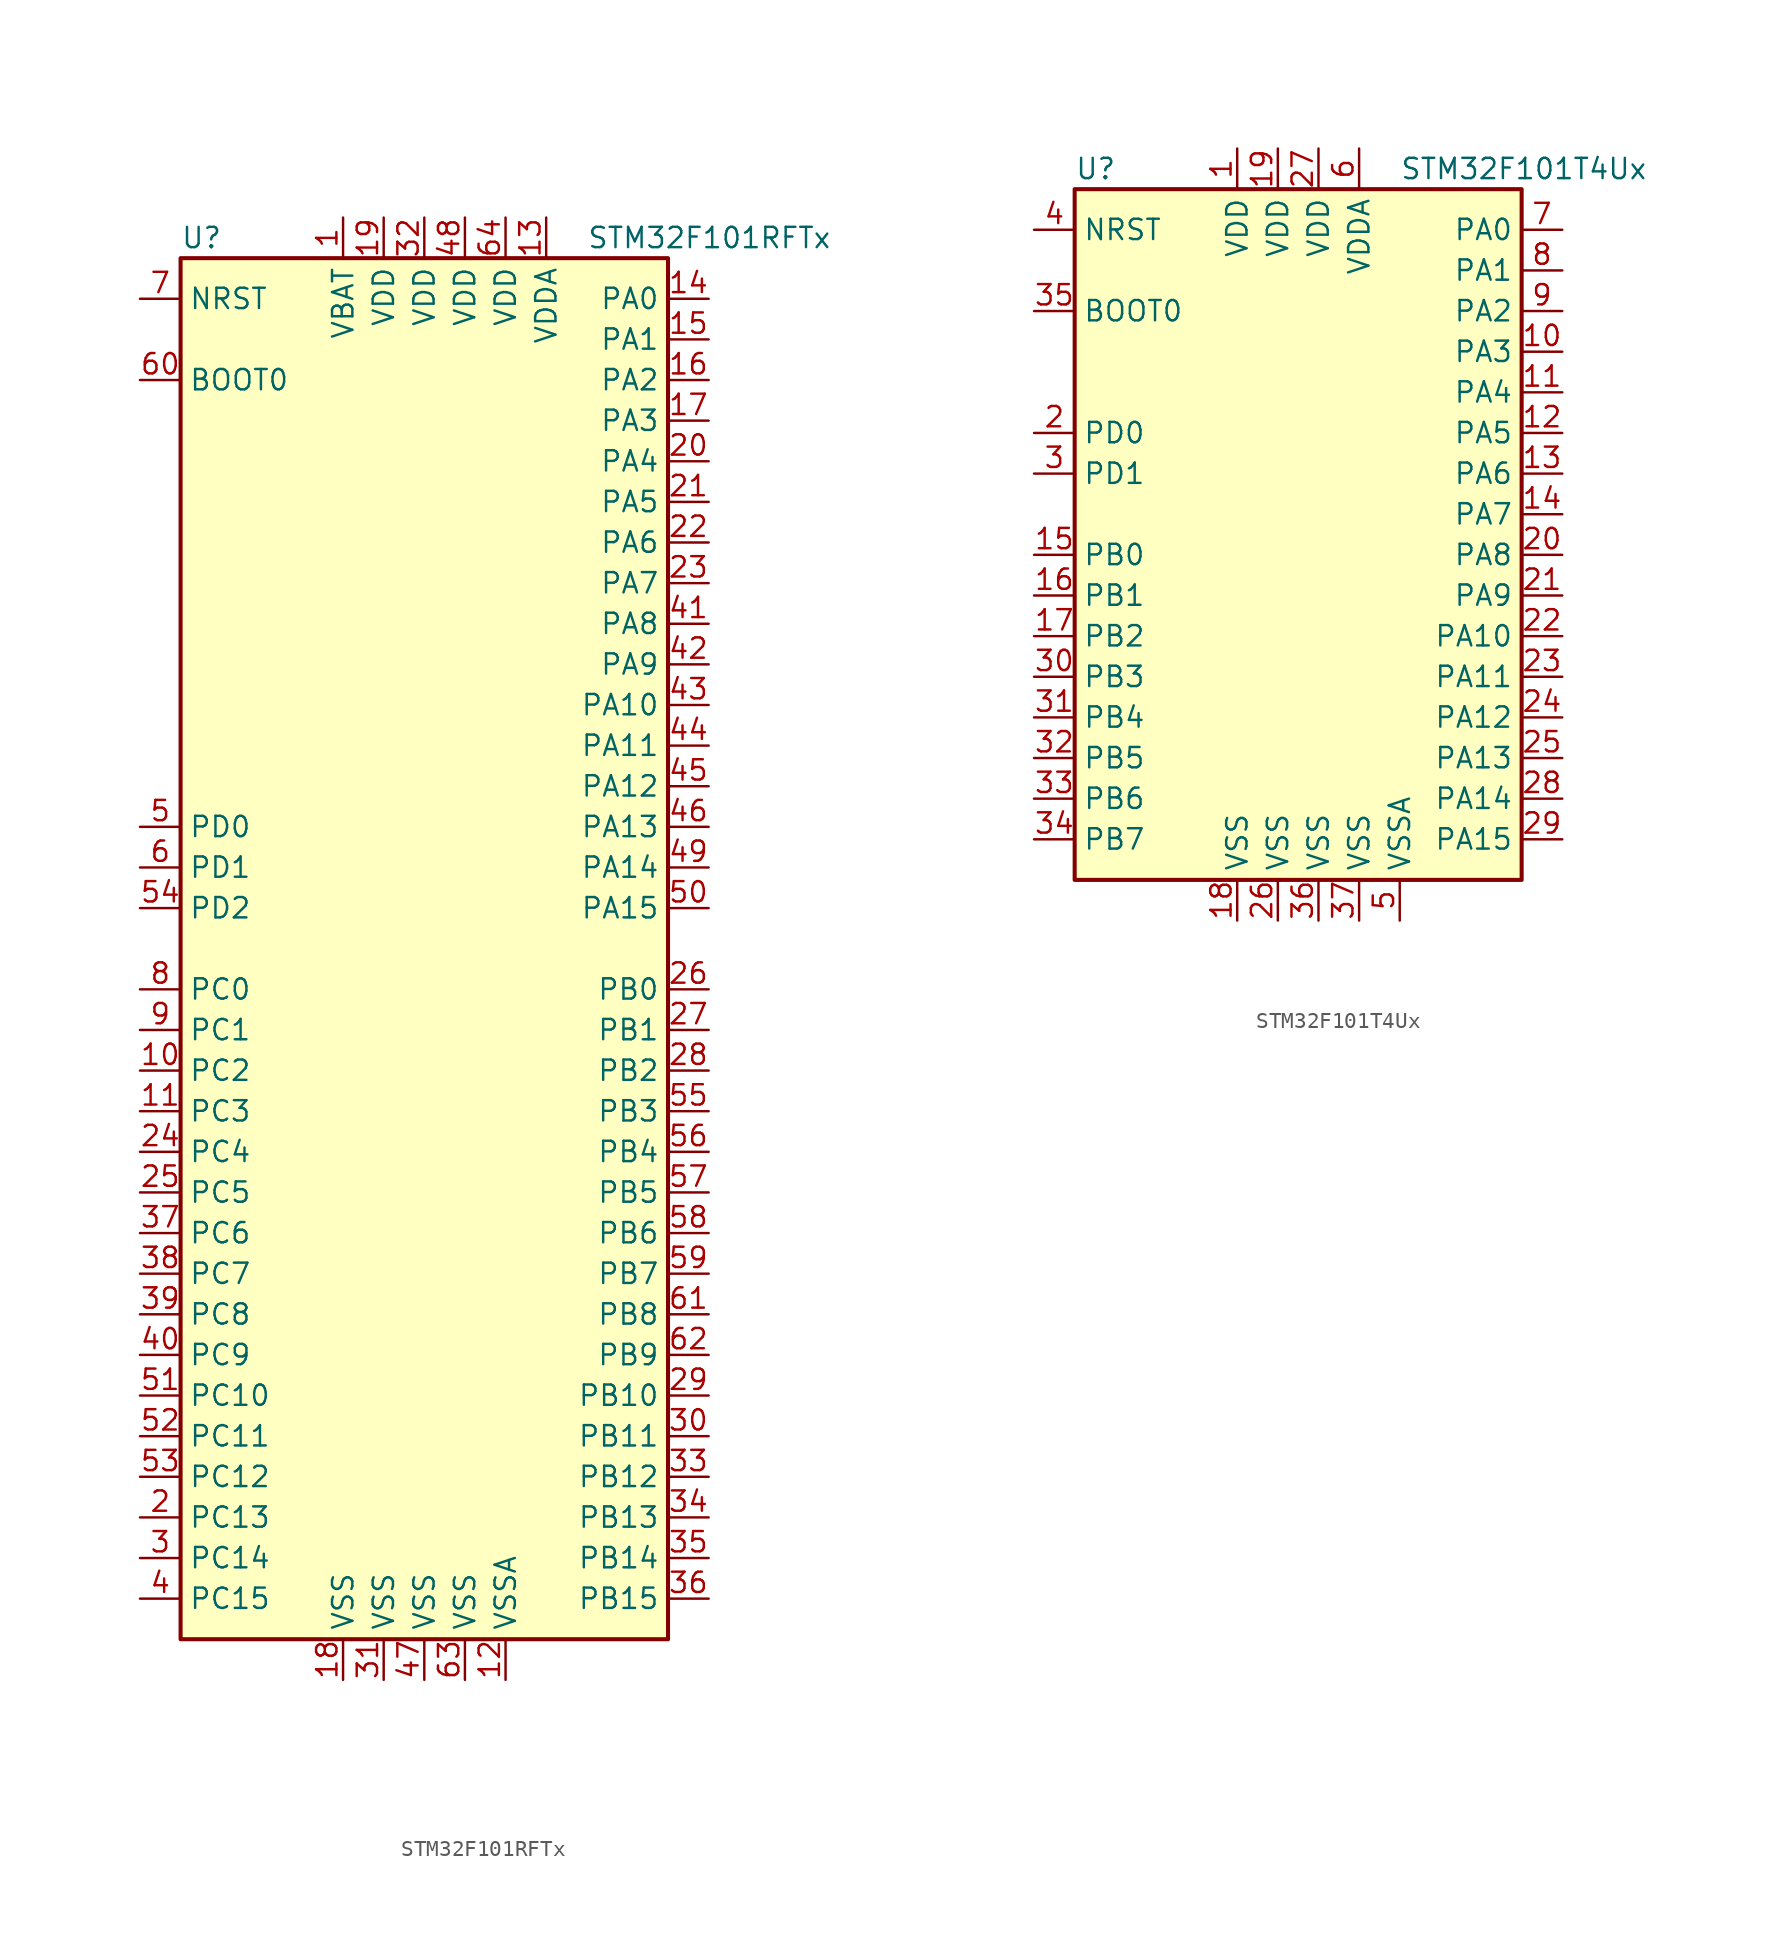
<source format=kicad_sym>
(kicad_symbol_lib
  (version 20201005)
  (generator kicad_symbol_editor)
  (symbol "MCU_ST_STM32F1:STM32F101RFTx"
    (property "Reference" "U"
      (at -15.24 44.45 0)
      (effects (font (size 1.27 1.27)) (justify left)))
    (property "Value" "STM32F101RFTx"
      (at 10.16 44.45 0)
      (effects (font (size 1.27 1.27)) (justify left)))
    (symbol "STM32F101RFTx_0_1"
      (rectangle (start -15.24 -43.18) (end 15.24 43.18) (stroke (width 0.254)) (fill (type background))))
    (symbol "STM32F101RFTx_1_1"
      (pin input line (at -17.78 35.56 0) (length 2.54) (name "BOOT0" (effects (font (size 1.27 1.27)))) (number "60" (effects (font (size 1.27 1.27)))))
      (pin input line (at -17.78 40.64 0) (length 2.54) (name "NRST" (effects (font (size 1.27 1.27)))) (number "7" (effects (font (size 1.27 1.27)))))
      (pin bidirectional line (at 17.78 40.64 180) (length 2.54) (name "PA0" (effects (font (size 1.27 1.27)))) (number "14" (effects (font (size 1.27 1.27)))))
      (pin bidirectional line (at 17.78 38.1 180) (length 2.54) (name "PA1" (effects (font (size 1.27 1.27)))) (number "15" (effects (font (size 1.27 1.27)))))
      (pin bidirectional line (at 17.78 15.24 180) (length 2.54) (name "PA10" (effects (font (size 1.27 1.27)))) (number "43" (effects (font (size 1.27 1.27)))))
      (pin bidirectional line (at 17.78 12.7 180) (length 2.54) (name "PA11" (effects (font (size 1.27 1.27)))) (number "44" (effects (font (size 1.27 1.27)))))
      (pin bidirectional line (at 17.78 10.16 180) (length 2.54) (name "PA12" (effects (font (size 1.27 1.27)))) (number "45" (effects (font (size 1.27 1.27)))))
      (pin bidirectional line (at 17.78 7.62 180) (length 2.54) (name "PA13" (effects (font (size 1.27 1.27)))) (number "46" (effects (font (size 1.27 1.27)))))
      (pin bidirectional line (at 17.78 5.08 180) (length 2.54) (name "PA14" (effects (font (size 1.27 1.27)))) (number "49" (effects (font (size 1.27 1.27)))))
      (pin bidirectional line (at 17.78 2.54 180) (length 2.54) (name "PA15" (effects (font (size 1.27 1.27)))) (number "50" (effects (font (size 1.27 1.27)))))
      (pin bidirectional line (at 17.78 35.56 180) (length 2.54) (name "PA2" (effects (font (size 1.27 1.27)))) (number "16" (effects (font (size 1.27 1.27)))))
      (pin bidirectional line (at 17.78 33.02 180) (length 2.54) (name "PA3" (effects (font (size 1.27 1.27)))) (number "17" (effects (font (size 1.27 1.27)))))
      (pin bidirectional line (at 17.78 30.48 180) (length 2.54) (name "PA4" (effects (font (size 1.27 1.27)))) (number "20" (effects (font (size 1.27 1.27)))))
      (pin bidirectional line (at 17.78 27.94 180) (length 2.54) (name "PA5" (effects (font (size 1.27 1.27)))) (number "21" (effects (font (size 1.27 1.27)))))
      (pin bidirectional line (at 17.78 25.4 180) (length 2.54) (name "PA6" (effects (font (size 1.27 1.27)))) (number "22" (effects (font (size 1.27 1.27)))))
      (pin bidirectional line (at 17.78 22.86 180) (length 2.54) (name "PA7" (effects (font (size 1.27 1.27)))) (number "23" (effects (font (size 1.27 1.27)))))
      (pin bidirectional line (at 17.78 20.32 180) (length 2.54) (name "PA8" (effects (font (size 1.27 1.27)))) (number "41" (effects (font (size 1.27 1.27)))))
      (pin bidirectional line (at 17.78 17.78 180) (length 2.54) (name "PA9" (effects (font (size 1.27 1.27)))) (number "42" (effects (font (size 1.27 1.27)))))
      (pin bidirectional line (at 17.78 -2.54 180) (length 2.54) (name "PB0" (effects (font (size 1.27 1.27)))) (number "26" (effects (font (size 1.27 1.27)))))
      (pin bidirectional line (at 17.78 -5.08 180) (length 2.54) (name "PB1" (effects (font (size 1.27 1.27)))) (number "27" (effects (font (size 1.27 1.27)))))
      (pin bidirectional line (at 17.78 -27.94 180) (length 2.54) (name "PB10" (effects (font (size 1.27 1.27)))) (number "29" (effects (font (size 1.27 1.27)))))
      (pin bidirectional line (at 17.78 -30.48 180) (length 2.54) (name "PB11" (effects (font (size 1.27 1.27)))) (number "30" (effects (font (size 1.27 1.27)))))
      (pin bidirectional line (at 17.78 -33.02 180) (length 2.54) (name "PB12" (effects (font (size 1.27 1.27)))) (number "33" (effects (font (size 1.27 1.27)))))
      (pin bidirectional line (at 17.78 -35.56 180) (length 2.54) (name "PB13" (effects (font (size 1.27 1.27)))) (number "34" (effects (font (size 1.27 1.27)))))
      (pin bidirectional line (at 17.78 -38.1 180) (length 2.54) (name "PB14" (effects (font (size 1.27 1.27)))) (number "35" (effects (font (size 1.27 1.27)))))
      (pin bidirectional line (at 17.78 -40.64 180) (length 2.54) (name "PB15" (effects (font (size 1.27 1.27)))) (number "36" (effects (font (size 1.27 1.27)))))
      (pin bidirectional line (at 17.78 -7.62 180) (length 2.54) (name "PB2" (effects (font (size 1.27 1.27)))) (number "28" (effects (font (size 1.27 1.27)))))
      (pin bidirectional line (at 17.78 -10.16 180) (length 2.54) (name "PB3" (effects (font (size 1.27 1.27)))) (number "55" (effects (font (size 1.27 1.27)))))
      (pin bidirectional line (at 17.78 -12.7 180) (length 2.54) (name "PB4" (effects (font (size 1.27 1.27)))) (number "56" (effects (font (size 1.27 1.27)))))
      (pin bidirectional line (at 17.78 -15.24 180) (length 2.54) (name "PB5" (effects (font (size 1.27 1.27)))) (number "57" (effects (font (size 1.27 1.27)))))
      (pin bidirectional line (at 17.78 -17.78 180) (length 2.54) (name "PB6" (effects (font (size 1.27 1.27)))) (number "58" (effects (font (size 1.27 1.27)))))
      (pin bidirectional line (at 17.78 -20.32 180) (length 2.54) (name "PB7" (effects (font (size 1.27 1.27)))) (number "59" (effects (font (size 1.27 1.27)))))
      (pin bidirectional line (at 17.78 -22.86 180) (length 2.54) (name "PB8" (effects (font (size 1.27 1.27)))) (number "61" (effects (font (size 1.27 1.27)))))
      (pin bidirectional line (at 17.78 -25.4 180) (length 2.54) (name "PB9" (effects (font (size 1.27 1.27)))) (number "62" (effects (font (size 1.27 1.27)))))
      (pin bidirectional line (at -17.78 -2.54 0) (length 2.54) (name "PC0" (effects (font (size 1.27 1.27)))) (number "8" (effects (font (size 1.27 1.27)))))
      (pin bidirectional line (at -17.78 -5.08 0) (length 2.54) (name "PC1" (effects (font (size 1.27 1.27)))) (number "9" (effects (font (size 1.27 1.27)))))
      (pin bidirectional line (at -17.78 -27.94 0) (length 2.54) (name "PC10" (effects (font (size 1.27 1.27)))) (number "51" (effects (font (size 1.27 1.27)))))
      (pin bidirectional line (at -17.78 -30.48 0) (length 2.54) (name "PC11" (effects (font (size 1.27 1.27)))) (number "52" (effects (font (size 1.27 1.27)))))
      (pin bidirectional line (at -17.78 -33.02 0) (length 2.54) (name "PC12" (effects (font (size 1.27 1.27)))) (number "53" (effects (font (size 1.27 1.27)))))
      (pin bidirectional line (at -17.78 -35.56 0) (length 2.54) (name "PC13" (effects (font (size 1.27 1.27)))) (number "2" (effects (font (size 1.27 1.27)))))
      (pin bidirectional line (at -17.78 -38.1 0) (length 2.54) (name "PC14" (effects (font (size 1.27 1.27)))) (number "3" (effects (font (size 1.27 1.27)))))
      (pin bidirectional line (at -17.78 -40.64 0) (length 2.54) (name "PC15" (effects (font (size 1.27 1.27)))) (number "4" (effects (font (size 1.27 1.27)))))
      (pin bidirectional line (at -17.78 -7.62 0) (length 2.54) (name "PC2" (effects (font (size 1.27 1.27)))) (number "10" (effects (font (size 1.27 1.27)))))
      (pin bidirectional line (at -17.78 -10.16 0) (length 2.54) (name "PC3" (effects (font (size 1.27 1.27)))) (number "11" (effects (font (size 1.27 1.27)))))
      (pin bidirectional line (at -17.78 -12.7 0) (length 2.54) (name "PC4" (effects (font (size 1.27 1.27)))) (number "24" (effects (font (size 1.27 1.27)))))
      (pin bidirectional line (at -17.78 -15.24 0) (length 2.54) (name "PC5" (effects (font (size 1.27 1.27)))) (number "25" (effects (font (size 1.27 1.27)))))
      (pin bidirectional line (at -17.78 -17.78 0) (length 2.54) (name "PC6" (effects (font (size 1.27 1.27)))) (number "37" (effects (font (size 1.27 1.27)))))
      (pin bidirectional line (at -17.78 -20.32 0) (length 2.54) (name "PC7" (effects (font (size 1.27 1.27)))) (number "38" (effects (font (size 1.27 1.27)))))
      (pin bidirectional line (at -17.78 -22.86 0) (length 2.54) (name "PC8" (effects (font (size 1.27 1.27)))) (number "39" (effects (font (size 1.27 1.27)))))
      (pin bidirectional line (at -17.78 -25.4 0) (length 2.54) (name "PC9" (effects (font (size 1.27 1.27)))) (number "40" (effects (font (size 1.27 1.27)))))
      (pin input line (at -17.78 7.62 0) (length 2.54) (name "PD0" (effects (font (size 1.27 1.27)))) (number "5" (effects (font (size 1.27 1.27)))))
      (pin input line (at -17.78 5.08 0) (length 2.54) (name "PD1" (effects (font (size 1.27 1.27)))) (number "6" (effects (font (size 1.27 1.27)))))
      (pin bidirectional line (at -17.78 2.54 0) (length 2.54) (name "PD2" (effects (font (size 1.27 1.27)))) (number "54" (effects (font (size 1.27 1.27)))))
      (pin power_in line (at -5.08 45.72 270) (length 2.54) (name "VBAT" (effects (font (size 1.27 1.27)))) (number "1" (effects (font (size 1.27 1.27)))))
      (pin power_in line (at -2.54 45.72 270) (length 2.54) (name "VDD" (effects (font (size 1.27 1.27)))) (number "19" (effects (font (size 1.27 1.27)))))
      (pin power_in line (at 0 45.72 270) (length 2.54) (name "VDD" (effects (font (size 1.27 1.27)))) (number "32" (effects (font (size 1.27 1.27)))))
      (pin power_in line (at 2.54 45.72 270) (length 2.54) (name "VDD" (effects (font (size 1.27 1.27)))) (number "48" (effects (font (size 1.27 1.27)))))
      (pin power_in line (at 5.08 45.72 270) (length 2.54) (name "VDD" (effects (font (size 1.27 1.27)))) (number "64" (effects (font (size 1.27 1.27)))))
      (pin power_in line (at 7.62 45.72 270) (length 2.54) (name "VDDA" (effects (font (size 1.27 1.27)))) (number "13" (effects (font (size 1.27 1.27)))))
      (pin power_in line (at -5.08 -45.72 90) (length 2.54) (name "VSS" (effects (font (size 1.27 1.27)))) (number "18" (effects (font (size 1.27 1.27)))))
      (pin power_in line (at -2.54 -45.72 90) (length 2.54) (name "VSS" (effects (font (size 1.27 1.27)))) (number "31" (effects (font (size 1.27 1.27)))))
      (pin power_in line (at 0 -45.72 90) (length 2.54) (name "VSS" (effects (font (size 1.27 1.27)))) (number "47" (effects (font (size 1.27 1.27)))))
      (pin power_in line (at 2.54 -45.72 90) (length 2.54) (name "VSS" (effects (font (size 1.27 1.27)))) (number "63" (effects (font (size 1.27 1.27)))))
      (pin power_in line (at 5.08 -45.72 90) (length 2.54) (name "VSSA" (effects (font (size 1.27 1.27)))) (number "12" (effects (font (size 1.27 1.27)))))))
  (symbol "MCU_ST_STM32F1:STM32F101T4Ux"
    (property "Reference" "U"
      (at -15.24 21.59 0)
      (effects (font (size 1.27 1.27)) (justify left)))
    (property "Value" "STM32F101T4Ux"
      (at 5.08 21.59 0)
      (effects (font (size 1.27 1.27)) (justify left)))
    (symbol "STM32F101T4Ux_0_1"
      (rectangle (start -15.24 -22.86) (end 12.7 20.32) (stroke (width 0.254)) (fill (type background))))
    (symbol "STM32F101T4Ux_1_1"
      (pin input line (at -17.78 12.7 0) (length 2.54) (name "BOOT0" (effects (font (size 1.27 1.27)))) (number "35" (effects (font (size 1.27 1.27)))))
      (pin input line (at -17.78 17.78 0) (length 2.54) (name "NRST" (effects (font (size 1.27 1.27)))) (number "4" (effects (font (size 1.27 1.27)))))
      (pin bidirectional line (at 15.24 17.78 180) (length 2.54) (name "PA0" (effects (font (size 1.27 1.27)))) (number "7" (effects (font (size 1.27 1.27)))))
      (pin bidirectional line (at 15.24 15.24 180) (length 2.54) (name "PA1" (effects (font (size 1.27 1.27)))) (number "8" (effects (font (size 1.27 1.27)))))
      (pin bidirectional line (at 15.24 -7.62 180) (length 2.54) (name "PA10" (effects (font (size 1.27 1.27)))) (number "22" (effects (font (size 1.27 1.27)))))
      (pin bidirectional line (at 15.24 -10.16 180) (length 2.54) (name "PA11" (effects (font (size 1.27 1.27)))) (number "23" (effects (font (size 1.27 1.27)))))
      (pin bidirectional line (at 15.24 -12.7 180) (length 2.54) (name "PA12" (effects (font (size 1.27 1.27)))) (number "24" (effects (font (size 1.27 1.27)))))
      (pin bidirectional line (at 15.24 -15.24 180) (length 2.54) (name "PA13" (effects (font (size 1.27 1.27)))) (number "25" (effects (font (size 1.27 1.27)))))
      (pin bidirectional line (at 15.24 -17.78 180) (length 2.54) (name "PA14" (effects (font (size 1.27 1.27)))) (number "28" (effects (font (size 1.27 1.27)))))
      (pin bidirectional line (at 15.24 -20.32 180) (length 2.54) (name "PA15" (effects (font (size 1.27 1.27)))) (number "29" (effects (font (size 1.27 1.27)))))
      (pin bidirectional line (at 15.24 12.7 180) (length 2.54) (name "PA2" (effects (font (size 1.27 1.27)))) (number "9" (effects (font (size 1.27 1.27)))))
      (pin bidirectional line (at 15.24 10.16 180) (length 2.54) (name "PA3" (effects (font (size 1.27 1.27)))) (number "10" (effects (font (size 1.27 1.27)))))
      (pin bidirectional line (at 15.24 7.62 180) (length 2.54) (name "PA4" (effects (font (size 1.27 1.27)))) (number "11" (effects (font (size 1.27 1.27)))))
      (pin bidirectional line (at 15.24 5.08 180) (length 2.54) (name "PA5" (effects (font (size 1.27 1.27)))) (number "12" (effects (font (size 1.27 1.27)))))
      (pin bidirectional line (at 15.24 2.54 180) (length 2.54) (name "PA6" (effects (font (size 1.27 1.27)))) (number "13" (effects (font (size 1.27 1.27)))))
      (pin bidirectional line (at 15.24 0 180) (length 2.54) (name "PA7" (effects (font (size 1.27 1.27)))) (number "14" (effects (font (size 1.27 1.27)))))
      (pin bidirectional line (at 15.24 -2.54 180) (length 2.54) (name "PA8" (effects (font (size 1.27 1.27)))) (number "20" (effects (font (size 1.27 1.27)))))
      (pin bidirectional line (at 15.24 -5.08 180) (length 2.54) (name "PA9" (effects (font (size 1.27 1.27)))) (number "21" (effects (font (size 1.27 1.27)))))
      (pin bidirectional line (at -17.78 -2.54 0) (length 2.54) (name "PB0" (effects (font (size 1.27 1.27)))) (number "15" (effects (font (size 1.27 1.27)))))
      (pin bidirectional line (at -17.78 -5.08 0) (length 2.54) (name "PB1" (effects (font (size 1.27 1.27)))) (number "16" (effects (font (size 1.27 1.27)))))
      (pin bidirectional line (at -17.78 -7.62 0) (length 2.54) (name "PB2" (effects (font (size 1.27 1.27)))) (number "17" (effects (font (size 1.27 1.27)))))
      (pin bidirectional line (at -17.78 -10.16 0) (length 2.54) (name "PB3" (effects (font (size 1.27 1.27)))) (number "30" (effects (font (size 1.27 1.27)))))
      (pin bidirectional line (at -17.78 -12.7 0) (length 2.54) (name "PB4" (effects (font (size 1.27 1.27)))) (number "31" (effects (font (size 1.27 1.27)))))
      (pin bidirectional line (at -17.78 -15.24 0) (length 2.54) (name "PB5" (effects (font (size 1.27 1.27)))) (number "32" (effects (font (size 1.27 1.27)))))
      (pin bidirectional line (at -17.78 -17.78 0) (length 2.54) (name "PB6" (effects (font (size 1.27 1.27)))) (number "33" (effects (font (size 1.27 1.27)))))
      (pin bidirectional line (at -17.78 -20.32 0) (length 2.54) (name "PB7" (effects (font (size 1.27 1.27)))) (number "34" (effects (font (size 1.27 1.27)))))
      (pin input line (at -17.78 5.08 0) (length 2.54) (name "PD0" (effects (font (size 1.27 1.27)))) (number "2" (effects (font (size 1.27 1.27)))))
      (pin input line (at -17.78 2.54 0) (length 2.54) (name "PD1" (effects (font (size 1.27 1.27)))) (number "3" (effects (font (size 1.27 1.27)))))
      (pin power_in line (at -5.08 22.86 270) (length 2.54) (name "VDD" (effects (font (size 1.27 1.27)))) (number "1" (effects (font (size 1.27 1.27)))))
      (pin power_in line (at -2.54 22.86 270) (length 2.54) (name "VDD" (effects (font (size 1.27 1.27)))) (number "19" (effects (font (size 1.27 1.27)))))
      (pin power_in line (at 0 22.86 270) (length 2.54) (name "VDD" (effects (font (size 1.27 1.27)))) (number "27" (effects (font (size 1.27 1.27)))))
      (pin power_in line (at 2.54 22.86 270) (length 2.54) (name "VDDA" (effects (font (size 1.27 1.27)))) (number "6" (effects (font (size 1.27 1.27)))))
      (pin power_in line (at -5.08 -25.4 90) (length 2.54) (name "VSS" (effects (font (size 1.27 1.27)))) (number "18" (effects (font (size 1.27 1.27)))))
      (pin power_in line (at -2.54 -25.4 90) (length 2.54) (name "VSS" (effects (font (size 1.27 1.27)))) (number "26" (effects (font (size 1.27 1.27)))))
      (pin power_in line (at 0 -25.4 90) (length 2.54) (name "VSS" (effects (font (size 1.27 1.27)))) (number "36" (effects (font (size 1.27 1.27)))))
      (pin power_in line (at 2.54 -25.4 90) (length 2.54) (name "VSS" (effects (font (size 1.27 1.27)))) (number "37" (effects (font (size 1.27 1.27)))))
      (pin power_in line (at 5.08 -25.4 90) (length 2.54) (name "VSSA" (effects (font (size 1.27 1.27)))) (number "5" (effects (font (size 1.27 1.27))))))))
</source>
